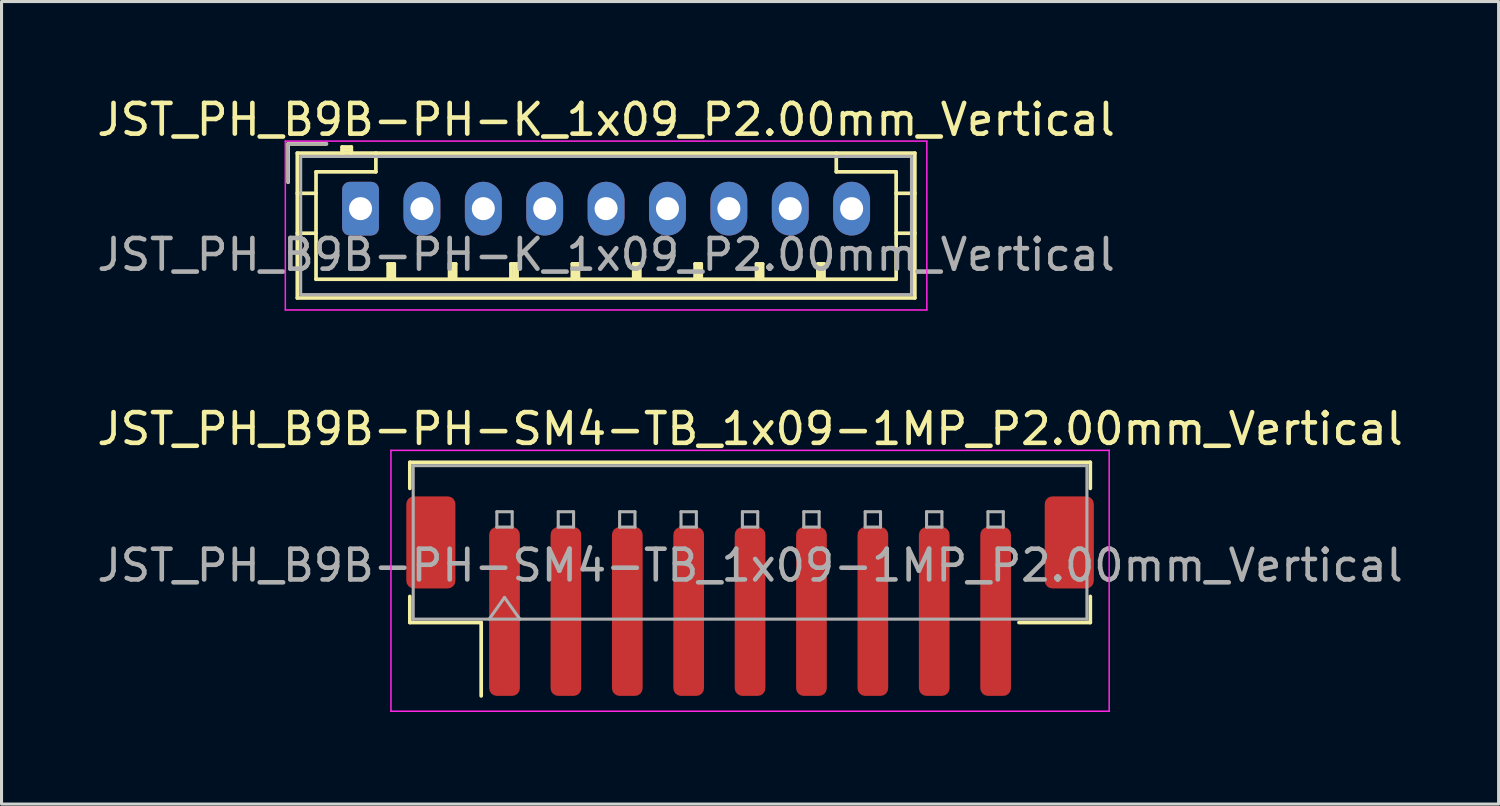
<source format=kicad_pcb>
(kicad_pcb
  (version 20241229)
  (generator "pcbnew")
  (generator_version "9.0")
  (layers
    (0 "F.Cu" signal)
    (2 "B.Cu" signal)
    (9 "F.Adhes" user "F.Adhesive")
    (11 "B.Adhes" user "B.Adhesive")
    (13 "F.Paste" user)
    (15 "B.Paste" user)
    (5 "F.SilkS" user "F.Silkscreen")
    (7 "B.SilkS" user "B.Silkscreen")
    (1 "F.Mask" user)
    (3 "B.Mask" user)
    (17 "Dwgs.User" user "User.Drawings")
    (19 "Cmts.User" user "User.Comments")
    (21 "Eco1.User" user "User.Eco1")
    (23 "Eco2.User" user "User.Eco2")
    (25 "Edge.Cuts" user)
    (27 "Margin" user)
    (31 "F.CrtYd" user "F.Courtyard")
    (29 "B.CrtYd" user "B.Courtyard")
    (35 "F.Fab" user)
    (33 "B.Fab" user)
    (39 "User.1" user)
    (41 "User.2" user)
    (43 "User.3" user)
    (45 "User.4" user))
  (footprint "JST_PH_B9B-PH-SM4-TB_1x09-1MP_P2.00mm_Vertical"
    (layer "F.Cu")
    (at 21.387 16.372)
    (property "Reference" "JST_PH_B9B-PH-SM4-TB_1x09-1MP_P2.00mm_Vertical" (at 0 -5.45 0) (layer "F.SilkS") (effects (font (size 1 1) (thickness 0.15))))
    (attr smd)
    (fp_line (start -11.085 -4.36) (end 11.085 -4.36) (stroke (width 0.12) (type solid)) (layer "F.SilkS"))
    (fp_line (start -11.085 -3.51) (end -11.085 -4.36) (stroke (width 0.12) (type solid)) (layer "F.SilkS"))
    (fp_line (start -11.085 0.01) (end -11.085 0.86) (stroke (width 0.12) (type solid)) (layer "F.SilkS"))
    (fp_line (start -11.085 0.86) (end -8.76 0.86) (stroke (width 0.12) (type solid)) (layer "F.SilkS"))
    (fp_line (start -8.76 0.86) (end -8.76 3.25) (stroke (width 0.12) (type solid)) (layer "F.SilkS"))
    (fp_line (start 11.085 -4.36) (end 11.085 -3.51) (stroke (width 0.12) (type solid)) (layer "F.SilkS"))
    (fp_line (start 11.085 0.01) (end 11.085 0.86) (stroke (width 0.12) (type solid)) (layer "F.SilkS"))
    (fp_line (start 11.085 0.86) (end 8.76 0.86) (stroke (width 0.12) (type solid)) (layer "F.SilkS"))
    (fp_line (start -11.7 -4.75) (end -11.7 3.75) (stroke (width 0.05) (type solid)) (layer "F.CrtYd"))
    (fp_line (start -11.7 3.75) (end 11.7 3.75) (stroke (width 0.05) (type solid)) (layer "F.CrtYd"))
    (fp_line (start 11.7 -4.75) (end -11.7 -4.75) (stroke (width 0.05) (type solid)) (layer "F.CrtYd"))
    (fp_line (start 11.7 3.75) (end 11.7 -4.75) (stroke (width 0.05) (type solid)) (layer "F.CrtYd"))
    (fp_line (start -10.975 -4.25) (end 10.975 -4.25) (stroke (width 0.1) (type solid)) (layer "F.Fab"))
    (fp_line (start -10.975 0.75) (end -10.975 -4.25) (stroke (width 0.1) (type solid)) (layer "F.Fab"))
    (fp_line (start -10.975 0.75) (end 10.975 0.75) (stroke (width 0.1) (type solid)) (layer "F.Fab"))
    (fp_line (start -8.5 0.75) (end -8 0.043) (stroke (width 0.1) (type solid)) (layer "F.Fab"))
    (fp_line (start -8.25 -2.75) (end -8.25 -2.25) (stroke (width 0.1) (type solid)) (layer "F.Fab"))
    (fp_line (start -8.25 -2.25) (end -7.75 -2.25) (stroke (width 0.1) (type solid)) (layer "F.Fab"))
    (fp_line (start -8 0.043) (end -7.5 0.75) (stroke (width 0.1) (type solid)) (layer "F.Fab"))
    (fp_line (start -7.75 -2.75) (end -8.25 -2.75) (stroke (width 0.1) (type solid)) (layer "F.Fab"))
    (fp_line (start -7.75 -2.25) (end -7.75 -2.75) (stroke (width 0.1) (type solid)) (layer "F.Fab"))
    (fp_line (start -6.25 -2.75) (end -6.25 -2.25) (stroke (width 0.1) (type solid)) (layer "F.Fab"))
    (fp_line (start -6.25 -2.25) (end -5.75 -2.25) (stroke (width 0.1) (type solid)) (layer "F.Fab"))
    (fp_line (start -5.75 -2.75) (end -6.25 -2.75) (stroke (width 0.1) (type solid)) (layer "F.Fab"))
    (fp_line (start -5.75 -2.25) (end -5.75 -2.75) (stroke (width 0.1) (type solid)) (layer "F.Fab"))
    (fp_line (start -4.25 -2.75) (end -4.25 -2.25) (stroke (width 0.1) (type solid)) (layer "F.Fab"))
    (fp_line (start -4.25 -2.25) (end -3.75 -2.25) (stroke (width 0.1) (type solid)) (layer "F.Fab"))
    (fp_line (start -3.75 -2.75) (end -4.25 -2.75) (stroke (width 0.1) (type solid)) (layer "F.Fab"))
    (fp_line (start -3.75 -2.25) (end -3.75 -2.75) (stroke (width 0.1) (type solid)) (layer "F.Fab"))
    (fp_line (start -2.25 -2.75) (end -2.25 -2.25) (stroke (width 0.1) (type solid)) (layer "F.Fab"))
    (fp_line (start -2.25 -2.25) (end -1.75 -2.25) (stroke (width 0.1) (type solid)) (layer "F.Fab"))
    (fp_line (start -1.75 -2.75) (end -2.25 -2.75) (stroke (width 0.1) (type solid)) (layer "F.Fab"))
    (fp_line (start -1.75 -2.25) (end -1.75 -2.75) (stroke (width 0.1) (type solid)) (layer "F.Fab"))
    (fp_line (start -0.25 -2.75) (end -0.25 -2.25) (stroke (width 0.1) (type solid)) (layer "F.Fab"))
    (fp_line (start -0.25 -2.25) (end 0.25 -2.25) (stroke (width 0.1) (type solid)) (layer "F.Fab"))
    (fp_line (start 0.25 -2.75) (end -0.25 -2.75) (stroke (width 0.1) (type solid)) (layer "F.Fab"))
    (fp_line (start 0.25 -2.25) (end 0.25 -2.75) (stroke (width 0.1) (type solid)) (layer "F.Fab"))
    (fp_line (start 1.75 -2.75) (end 1.75 -2.25) (stroke (width 0.1) (type solid)) (layer "F.Fab"))
    (fp_line (start 1.75 -2.25) (end 2.25 -2.25) (stroke (width 0.1) (type solid)) (layer "F.Fab"))
    (fp_line (start 2.25 -2.75) (end 1.75 -2.75) (stroke (width 0.1) (type solid)) (layer "F.Fab"))
    (fp_line (start 2.25 -2.25) (end 2.25 -2.75) (stroke (width 0.1) (type solid)) (layer "F.Fab"))
    (fp_line (start 3.75 -2.75) (end 3.75 -2.25) (stroke (width 0.1) (type solid)) (layer "F.Fab"))
    (fp_line (start 3.75 -2.25) (end 4.25 -2.25) (stroke (width 0.1) (type solid)) (layer "F.Fab"))
    (fp_line (start 4.25 -2.75) (end 3.75 -2.75) (stroke (width 0.1) (type solid)) (layer "F.Fab"))
    (fp_line (start 4.25 -2.25) (end 4.25 -2.75) (stroke (width 0.1) (type solid)) (layer "F.Fab"))
    (fp_line (start 5.75 -2.75) (end 5.75 -2.25) (stroke (width 0.1) (type solid)) (layer "F.Fab"))
    (fp_line (start 5.75 -2.25) (end 6.25 -2.25) (stroke (width 0.1) (type solid)) (layer "F.Fab"))
    (fp_line (start 6.25 -2.75) (end 5.75 -2.75) (stroke (width 0.1) (type solid)) (layer "F.Fab"))
    (fp_line (start 6.25 -2.25) (end 6.25 -2.75) (stroke (width 0.1) (type solid)) (layer "F.Fab"))
    (fp_line (start 7.75 -2.75) (end 7.75 -2.25) (stroke (width 0.1) (type solid)) (layer "F.Fab"))
    (fp_line (start 7.75 -2.25) (end 8.25 -2.25) (stroke (width 0.1) (type solid)) (layer "F.Fab"))
    (fp_line (start 8.25 -2.75) (end 7.75 -2.75) (stroke (width 0.1) (type solid)) (layer "F.Fab"))
    (fp_line (start 8.25 -2.25) (end 8.25 -2.75) (stroke (width 0.1) (type solid)) (layer "F.Fab"))
    (fp_line (start 10.975 0.75) (end 10.975 -4.25) (stroke (width 0.1) (type solid)) (layer "F.Fab"))
    (fp_text user "${REFERENCE}" (at 0 -1 0) (layer "F.Fab") (effects (font (size 1 1) (thickness 0.15))))
    (pad "1" smd roundrect (at -8 0.5) (size 1 5.5) (layers "F.Cu" "F.Mask" "F.Paste") (roundrect_rratio 0.25))
    (pad "2" smd roundrect (at -6 0.5) (size 1 5.5) (layers "F.Cu" "F.Mask" "F.Paste") (roundrect_rratio 0.25))
    (pad "3" smd roundrect (at -4 0.5) (size 1 5.5) (layers "F.Cu" "F.Mask" "F.Paste") (roundrect_rratio 0.25))
    (pad "4" smd roundrect (at -2 0.5) (size 1 5.5) (layers "F.Cu" "F.Mask" "F.Paste") (roundrect_rratio 0.25))
    (pad "5" smd roundrect (at 0 0.5) (size 1 5.5) (layers "F.Cu" "F.Mask" "F.Paste") (roundrect_rratio 0.25))
    (pad "6" smd roundrect (at 2 0.5) (size 1 5.5) (layers "F.Cu" "F.Mask" "F.Paste") (roundrect_rratio 0.25))
    (pad "7" smd roundrect (at 4 0.5) (size 1 5.5) (layers "F.Cu" "F.Mask" "F.Paste") (roundrect_rratio 0.25))
    (pad "8" smd roundrect (at 6 0.5) (size 1 5.5) (layers "F.Cu" "F.Mask" "F.Paste") (roundrect_rratio 0.25))
    (pad "9" smd roundrect (at 8 0.5) (size 1 5.5) (layers "F.Cu" "F.Mask" "F.Paste") (roundrect_rratio 0.25))
    (pad "MP" smd roundrect (at -10.4 -1.75) (size 1.6 3) (layers "F.Cu" "F.Mask" "F.Paste") (roundrect_rratio 0.156))
    (pad "MP" smd roundrect (at 10.4 -1.75) (size 1.6 3) (layers "F.Cu" "F.Mask" "F.Paste") (roundrect_rratio 0.156)))
  (footprint "JST_PH_B9B-PH-K_1x09_P2.00mm_Vertical"
    (layer "F.Cu")
    (at 8.696 3.748)
    (property "Reference" "JST_PH_B9B-PH-K_1x09_P2.00mm_Vertical" (at 8 -2.9 0) (layer "F.SilkS") (effects (font (size 1 1) (thickness 0.15))))
    (attr through_hole)
    (fp_line (start -2.36 -2.11) (end -2.36 -0.86) (stroke (width 0.12) (type solid)) (layer "F.SilkS"))
    (fp_line (start -2.06 -1.81) (end -2.06 2.91) (stroke (width 0.12) (type solid)) (layer "F.SilkS"))
    (fp_line (start -2.06 -0.5) (end -1.45 -0.5) (stroke (width 0.12) (type solid)) (layer "F.SilkS"))
    (fp_line (start -2.06 0.8) (end -1.45 0.8) (stroke (width 0.12) (type solid)) (layer "F.SilkS"))
    (fp_line (start -2.06 2.91) (end 18.06 2.91) (stroke (width 0.12) (type solid)) (layer "F.SilkS"))
    (fp_line (start -1.45 -1.2) (end -1.45 2.3) (stroke (width 0.12) (type solid)) (layer "F.SilkS"))
    (fp_line (start -1.45 2.3) (end 17.45 2.3) (stroke (width 0.12) (type solid)) (layer "F.SilkS"))
    (fp_line (start -1.11 -2.11) (end -2.36 -2.11) (stroke (width 0.12) (type solid)) (layer "F.SilkS"))
    (fp_line (start -0.6 -2.01) (end -0.6 -1.81) (stroke (width 0.12) (type solid)) (layer "F.SilkS"))
    (fp_line (start -0.3 -2.01) (end -0.6 -2.01) (stroke (width 0.12) (type solid)) (layer "F.SilkS"))
    (fp_line (start -0.3 -1.91) (end -0.6 -1.91) (stroke (width 0.12) (type solid)) (layer "F.SilkS"))
    (fp_line (start -0.3 -1.81) (end -0.3 -2.01) (stroke (width 0.12) (type solid)) (layer "F.SilkS"))
    (fp_line (start 0.5 -1.81) (end 0.5 -1.2) (stroke (width 0.12) (type solid)) (layer "F.SilkS"))
    (fp_line (start 0.5 -1.2) (end -1.45 -1.2) (stroke (width 0.12) (type solid)) (layer "F.SilkS"))
    (fp_line (start 0.9 1.8) (end 1.1 1.8) (stroke (width 0.12) (type solid)) (layer "F.SilkS"))
    (fp_line (start 0.9 2.3) (end 0.9 1.8) (stroke (width 0.12) (type solid)) (layer "F.SilkS"))
    (fp_line (start 1 2.3) (end 1 1.8) (stroke (width 0.12) (type solid)) (layer "F.SilkS"))
    (fp_line (start 1.1 1.8) (end 1.1 2.3) (stroke (width 0.12) (type solid)) (layer "F.SilkS"))
    (fp_line (start 2.9 1.8) (end 3.1 1.8) (stroke (width 0.12) (type solid)) (layer "F.SilkS"))
    (fp_line (start 2.9 2.3) (end 2.9 1.8) (stroke (width 0.12) (type solid)) (layer "F.SilkS"))
    (fp_line (start 3 2.3) (end 3 1.8) (stroke (width 0.12) (type solid)) (layer "F.SilkS"))
    (fp_line (start 3.1 1.8) (end 3.1 2.3) (stroke (width 0.12) (type solid)) (layer "F.SilkS"))
    (fp_line (start 4.9 1.8) (end 5.1 1.8) (stroke (width 0.12) (type solid)) (layer "F.SilkS"))
    (fp_line (start 4.9 2.3) (end 4.9 1.8) (stroke (width 0.12) (type solid)) (layer "F.SilkS"))
    (fp_line (start 5 2.3) (end 5 1.8) (stroke (width 0.12) (type solid)) (layer "F.SilkS"))
    (fp_line (start 5.1 1.8) (end 5.1 2.3) (stroke (width 0.12) (type solid)) (layer "F.SilkS"))
    (fp_line (start 6.9 1.8) (end 7.1 1.8) (stroke (width 0.12) (type solid)) (layer "F.SilkS"))
    (fp_line (start 6.9 2.3) (end 6.9 1.8) (stroke (width 0.12) (type solid)) (layer "F.SilkS"))
    (fp_line (start 7 2.3) (end 7 1.8) (stroke (width 0.12) (type solid)) (layer "F.SilkS"))
    (fp_line (start 7.1 1.8) (end 7.1 2.3) (stroke (width 0.12) (type solid)) (layer "F.SilkS"))
    (fp_line (start 8.9 1.8) (end 9.1 1.8) (stroke (width 0.12) (type solid)) (layer "F.SilkS"))
    (fp_line (start 8.9 2.3) (end 8.9 1.8) (stroke (width 0.12) (type solid)) (layer "F.SilkS"))
    (fp_line (start 9 2.3) (end 9 1.8) (stroke (width 0.12) (type solid)) (layer "F.SilkS"))
    (fp_line (start 9.1 1.8) (end 9.1 2.3) (stroke (width 0.12) (type solid)) (layer "F.SilkS"))
    (fp_line (start 10.9 1.8) (end 11.1 1.8) (stroke (width 0.12) (type solid)) (layer "F.SilkS"))
    (fp_line (start 10.9 2.3) (end 10.9 1.8) (stroke (width 0.12) (type solid)) (layer "F.SilkS"))
    (fp_line (start 11 2.3) (end 11 1.8) (stroke (width 0.12) (type solid)) (layer "F.SilkS"))
    (fp_line (start 11.1 1.8) (end 11.1 2.3) (stroke (width 0.12) (type solid)) (layer "F.SilkS"))
    (fp_line (start 12.9 1.8) (end 13.1 1.8) (stroke (width 0.12) (type solid)) (layer "F.SilkS"))
    (fp_line (start 12.9 2.3) (end 12.9 1.8) (stroke (width 0.12) (type solid)) (layer "F.SilkS"))
    (fp_line (start 13 2.3) (end 13 1.8) (stroke (width 0.12) (type solid)) (layer "F.SilkS"))
    (fp_line (start 13.1 1.8) (end 13.1 2.3) (stroke (width 0.12) (type solid)) (layer "F.SilkS"))
    (fp_line (start 14.9 1.8) (end 15.1 1.8) (stroke (width 0.12) (type solid)) (layer "F.SilkS"))
    (fp_line (start 14.9 2.3) (end 14.9 1.8) (stroke (width 0.12) (type solid)) (layer "F.SilkS"))
    (fp_line (start 15 2.3) (end 15 1.8) (stroke (width 0.12) (type solid)) (layer "F.SilkS"))
    (fp_line (start 15.1 1.8) (end 15.1 2.3) (stroke (width 0.12) (type solid)) (layer "F.SilkS"))
    (fp_line (start 15.5 -1.2) (end 15.5 -1.81) (stroke (width 0.12) (type solid)) (layer "F.SilkS"))
    (fp_line (start 17.45 -1.2) (end 15.5 -1.2) (stroke (width 0.12) (type solid)) (layer "F.SilkS"))
    (fp_line (start 17.45 2.3) (end 17.45 -1.2) (stroke (width 0.12) (type solid)) (layer "F.SilkS"))
    (fp_line (start 18.06 -1.81) (end -2.06 -1.81) (stroke (width 0.12) (type solid)) (layer "F.SilkS"))
    (fp_line (start 18.06 -0.5) (end 17.45 -0.5) (stroke (width 0.12) (type solid)) (layer "F.SilkS"))
    (fp_line (start 18.06 0.8) (end 17.45 0.8) (stroke (width 0.12) (type solid)) (layer "F.SilkS"))
    (fp_line (start 18.06 2.91) (end 18.06 -1.81) (stroke (width 0.12) (type solid)) (layer "F.SilkS"))
    (fp_line (start -2.45 -2.2) (end -2.45 3.3) (stroke (width 0.05) (type solid)) (layer "F.CrtYd"))
    (fp_line (start -2.45 3.3) (end 18.45 3.3) (stroke (width 0.05) (type solid)) (layer "F.CrtYd"))
    (fp_line (start 18.45 -2.2) (end -2.45 -2.2) (stroke (width 0.05) (type solid)) (layer "F.CrtYd"))
    (fp_line (start 18.45 3.3) (end 18.45 -2.2) (stroke (width 0.05) (type solid)) (layer "F.CrtYd"))
    (fp_line (start -2.36 -2.11) (end -2.36 -0.86) (stroke (width 0.1) (type solid)) (layer "F.Fab"))
    (fp_line (start -1.95 -1.7) (end -1.95 2.8) (stroke (width 0.1) (type solid)) (layer "F.Fab"))
    (fp_line (start -1.95 2.8) (end 17.95 2.8) (stroke (width 0.1) (type solid)) (layer "F.Fab"))
    (fp_line (start -1.11 -2.11) (end -2.36 -2.11) (stroke (width 0.1) (type solid)) (layer "F.Fab"))
    (fp_line (start 17.95 -1.7) (end -1.95 -1.7) (stroke (width 0.1) (type solid)) (layer "F.Fab"))
    (fp_line (start 17.95 2.8) (end 17.95 -1.7) (stroke (width 0.1) (type solid)) (layer "F.Fab"))
    (fp_text user "${REFERENCE}" (at 8 1.5 0) (layer "F.Fab") (effects (font (size 1 1) (thickness 0.15))))
    (pad "1" thru_hole roundrect (at 0 0) (size 1.2 1.75) (drill 0.75) (layers "*.Cu" "*.Mask") (roundrect_rratio 0.208))
    (pad "2" thru_hole oval (at 2 0) (size 1.2 1.75) (drill 0.75) (layers "*.Cu" "*.Mask"))
    (pad "3" thru_hole oval (at 4 0) (size 1.2 1.75) (drill 0.75) (layers "*.Cu" "*.Mask"))
    (pad "4" thru_hole oval (at 6 0) (size 1.2 1.75) (drill 0.75) (layers "*.Cu" "*.Mask"))
    (pad "5" thru_hole oval (at 8 0) (size 1.2 1.75) (drill 0.75) (layers "*.Cu" "*.Mask"))
    (pad "6" thru_hole oval (at 10 0) (size 1.2 1.75) (drill 0.75) (layers "*.Cu" "*.Mask"))
    (pad "7" thru_hole oval (at 12 0) (size 1.2 1.75) (drill 0.75) (layers "*.Cu" "*.Mask"))
    (pad "8" thru_hole oval (at 14 0) (size 1.2 1.75) (drill 0.75) (layers "*.Cu" "*.Mask"))
    (pad "9" thru_hole oval (at 16 0) (size 1.2 1.75) (drill 0.75) (layers "*.Cu" "*.Mask")))
  (gr_rect
    (start -3 -3)
    (end 45.774 23.146)
    (stroke (width 0.1) (type default))
    (fill no)
    (layer "Edge.Cuts")))
</source>
